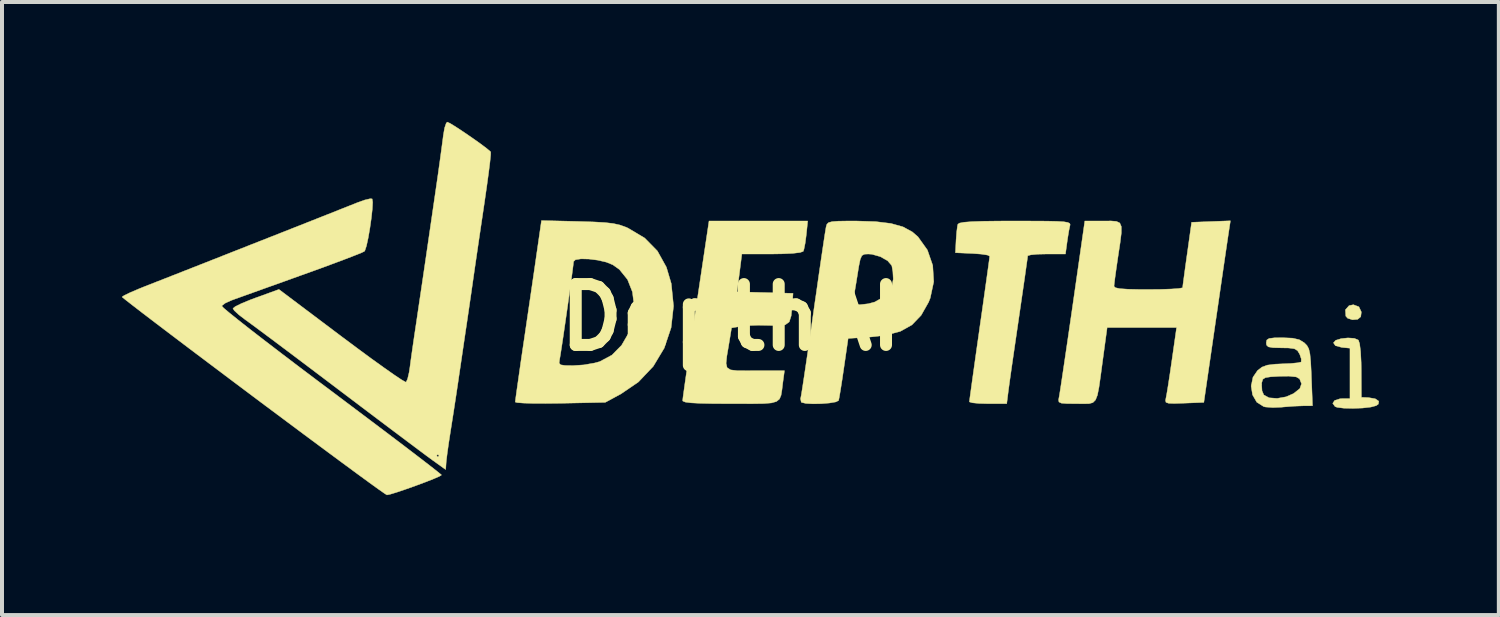
<source format=kicad_pcb>
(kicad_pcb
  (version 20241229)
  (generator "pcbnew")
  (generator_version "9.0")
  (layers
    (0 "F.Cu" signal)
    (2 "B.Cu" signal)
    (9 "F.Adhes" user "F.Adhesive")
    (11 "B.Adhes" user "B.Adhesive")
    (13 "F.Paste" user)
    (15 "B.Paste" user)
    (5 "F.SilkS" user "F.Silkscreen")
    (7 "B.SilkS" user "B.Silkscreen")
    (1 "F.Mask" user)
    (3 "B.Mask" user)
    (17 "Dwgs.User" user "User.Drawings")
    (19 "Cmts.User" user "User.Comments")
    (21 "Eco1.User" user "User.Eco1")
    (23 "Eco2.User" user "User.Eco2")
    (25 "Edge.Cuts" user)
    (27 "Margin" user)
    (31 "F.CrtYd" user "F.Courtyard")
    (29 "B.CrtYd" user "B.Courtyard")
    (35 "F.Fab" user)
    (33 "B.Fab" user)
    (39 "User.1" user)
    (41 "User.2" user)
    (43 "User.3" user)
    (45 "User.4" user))
  (footprint "DepthAI"
    (layer "F.Cu")
    (at 15.242 4.894)
    (property "Reference" "DepthAI" (at 0 0 0) (layer "F.SilkS") (effects (font (size 1.524 1.524) (thickness 0.3))))
    (attr through_hole)
    (fp_poly (pts (xy 15.718 -0.266) (xy 15.779 -0.136) (xy 15.764 -0.016) (xy 15.687 0.048) (xy 15.556 0.059) (xy 15.435 0.02) (xy 15.39 -0.032) (xy 15.38 -0.191) (xy 15.472 -0.295) (xy 15.58 -0.318) (xy 15.718 -0.266)) (stroke (width 0.01) (type solid)) (fill yes) (layer "F.SilkS"))
    (fp_poly (pts (xy 15.604 0.524) (xy 15.706 0.568) (xy 15.736 0.66) (xy 15.76 0.854) (xy 15.774 1.126) (xy 15.777 1.318) (xy 15.78 2) (xy 15.958 2.007) (xy 16.127 2.036) (xy 16.215 2.096) (xy 16.205 2.169) (xy 16.152 2.208) (xy 16.017 2.244) (xy 15.808 2.268) (xy 15.569 2.277) (xy 15.343 2.272) (xy 15.175 2.251) (xy 15.121 2.231) (xy 15.063 2.15) (xy 15.111 2.078) (xy 15.244 2.036) (xy 15.307 2.032) (xy 15.494 2.032) (xy 15.494 0.77) (xy 15.288 0.75) (xy 15.13 0.708) (xy 15.081 0.635) (xy 15.137 0.573) (xy 15.273 0.531) (xy 15.444 0.513) (xy 15.604 0.524)) (stroke (width 0.01) (type solid)) (fill yes) (layer "F.SilkS"))
    (fp_poly (pts (xy 1.887 -2.065) (xy 1.86 -1.86) (xy 1.829 -1.705) (xy 1.811 -1.653) (xy 1.732 -1.625) (xy 1.546 -1.603) (xy 1.273 -1.591) (xy 1.023 -1.587) (xy 0.275 -1.587) (xy 0.215 -1.113) (xy 0.154 -0.639) (xy 0.855 -0.621) (xy 1.556 -0.603) (xy 1.534 -0.286) (xy 1.509 -0.039) (xy 1.461 0.111) (xy 1.361 0.185) (xy 1.184 0.206) (xy 0.958 0.2) (xy 0.689 0.195) (xy 0.433 0.204) (xy 0.263 0.221) (xy 0.017 0.262) (xy -0.055 0.699) (xy -0.101 0.968) (xy -0.12 1.148) (xy -0.095 1.257) (xy -0.007 1.313) (xy 0.161 1.333) (xy 0.429 1.334) (xy 0.607 1.333) (xy 1.341 1.333) (xy 1.3 1.635) (xy 1.278 1.816) (xy 1.256 1.949) (xy 1.216 2.043) (xy 1.142 2.104) (xy 1.016 2.14) (xy 0.82 2.156) (xy 0.538 2.16) (xy 0.152 2.159) (xy -0.004 2.159) (xy -0.446 2.157) (xy -0.773 2.15) (xy -1 2.138) (xy -1.138 2.12) (xy -1.2 2.095) (xy -1.207 2.08) (xy -1.198 2) (xy -1.172 1.81) (xy -1.132 1.524) (xy -1.079 1.157) (xy -1.015 0.724) (xy -0.944 0.24) (xy -0.877 -0.206) (xy -0.547 -2.413) (xy 1.923 -2.413) (xy 1.887 -2.065)) (stroke (width 0.01) (type solid)) (fill yes) (layer "F.SilkS"))
    (fp_poly (pts (xy 7.571 -2.412) (xy 7.916 -2.41) (xy 8.165 -2.404) (xy 8.331 -2.394) (xy 8.431 -2.377) (xy 8.479 -2.354) (xy 8.491 -2.323) (xy 8.487 -2.302) (xy 8.46 -2.174) (xy 8.428 -1.979) (xy 8.415 -1.889) (xy 8.374 -1.587) (xy 7.902 -1.587) (xy 7.675 -1.582) (xy 7.508 -1.566) (xy 7.43 -1.544) (xy 7.429 -1.54) (xy 7.42 -1.466) (xy 7.394 -1.285) (xy 7.356 -1.013) (xy 7.306 -0.669) (xy 7.248 -0.271) (xy 7.204 0.032) (xy 7.139 0.476) (xy 7.078 0.895) (xy 7.024 1.267) (xy 6.981 1.57) (xy 6.952 1.783) (xy 6.942 1.857) (xy 6.904 2.159) (xy 6.436 2.159) (xy 6.211 2.153) (xy 6.046 2.137) (xy 5.971 2.115) (xy 5.969 2.111) (xy 5.978 2.038) (xy 6.003 1.856) (xy 6.041 1.581) (xy 6.09 1.23) (xy 6.148 0.818) (xy 6.213 0.363) (xy 6.223 0.288) (xy 6.289 -0.172) (xy 6.348 -0.592) (xy 6.399 -0.954) (xy 6.439 -1.242) (xy 6.466 -1.44) (xy 6.477 -1.531) (xy 6.477 -1.534) (xy 6.419 -1.561) (xy 6.267 -1.584) (xy 6.053 -1.6) (xy 6.048 -1.6) (xy 5.62 -1.619) (xy 5.636 -1.937) (xy 5.651 -2.137) (xy 5.671 -2.29) (xy 5.682 -2.334) (xy 5.724 -2.361) (xy 5.835 -2.382) (xy 6.027 -2.397) (xy 6.312 -2.407) (xy 6.703 -2.412) (xy 7.114 -2.413) (xy 7.571 -2.412)) (stroke (width 0.01) (type solid)) (fill yes) (layer "F.SilkS"))
    (fp_poly (pts (xy 14.057 0.519) (xy 14.226 0.558) (xy 14.35 0.634) (xy 14.353 0.637) (xy 14.418 0.703) (xy 14.463 0.786) (xy 14.492 0.911) (xy 14.511 1.104) (xy 14.526 1.392) (xy 14.529 1.488) (xy 14.557 2.211) (xy 14.311 2.213) (xy 14.083 2.222) (xy 13.83 2.242) (xy 13.78 2.247) (xy 13.565 2.256) (xy 13.378 2.242) (xy 13.336 2.232) (xy 13.162 2.122) (xy 13.056 1.938) (xy 13.021 1.717) (xy 13.031 1.671) (xy 13.283 1.671) (xy 13.293 1.835) (xy 13.338 1.941) (xy 13.471 2.012) (xy 13.671 2.027) (xy 13.896 1.987) (xy 14.081 1.906) (xy 14.239 1.782) (xy 14.282 1.66) (xy 14.233 1.537) (xy 14.149 1.489) (xy 13.966 1.47) (xy 13.742 1.473) (xy 13.511 1.486) (xy 13.378 1.507) (xy 13.314 1.548) (xy 13.289 1.623) (xy 13.283 1.671) (xy 13.031 1.671) (xy 13.067 1.496) (xy 13.181 1.329) (xy 13.293 1.243) (xy 13.426 1.194) (xy 13.62 1.17) (xy 13.792 1.162) (xy 14.018 1.152) (xy 14.19 1.135) (xy 14.272 1.116) (xy 14.273 1.115) (xy 14.276 1.038) (xy 14.236 0.921) (xy 14.182 0.832) (xy 14.103 0.784) (xy 13.961 0.765) (xy 13.781 0.762) (xy 13.568 0.757) (xy 13.452 0.737) (xy 13.406 0.692) (xy 13.399 0.635) (xy 13.412 0.566) (xy 13.47 0.527) (xy 13.602 0.511) (xy 13.802 0.508) (xy 14.057 0.519)) (stroke (width 0.01) (type solid)) (fill yes) (layer "F.SilkS"))
    (fp_poly (pts (xy -3.815 -2.402) (xy -3.434 -2.39) (xy -3.153 -2.374) (xy -2.945 -2.35) (xy -2.782 -2.314) (xy -2.638 -2.263) (xy -2.572 -2.234) (xy -2.156 -1.986) (xy -1.839 -1.663) (xy -1.614 -1.258) (xy -1.492 -0.847) (xy -1.435 -0.285) (xy -1.496 0.258) (xy -1.667 0.766) (xy -1.942 1.224) (xy -2.314 1.616) (xy -2.746 1.911) (xy -3.143 2.126) (xy -4.27 2.149) (xy -4.633 2.153) (xy -4.947 2.152) (xy -5.192 2.144) (xy -5.349 2.132) (xy -5.397 2.118) (xy -5.388 2.042) (xy -5.363 1.859) (xy -5.324 1.586) (xy -5.275 1.241) (xy -5.261 1.143) (xy -4.298 1.143) (xy -4.261 1.186) (xy -4.152 1.203) (xy -3.95 1.206) (xy -3.68 1.188) (xy -3.406 1.14) (xy -3.283 1.106) (xy -2.978 0.943) (xy -2.736 0.698) (xy -2.56 0.395) (xy -2.454 0.056) (xy -2.421 -0.296) (xy -2.464 -0.638) (xy -2.586 -0.947) (xy -2.79 -1.2) (xy -2.953 -1.316) (xy -3.12 -1.384) (xy -3.332 -1.433) (xy -3.553 -1.461) (xy -3.75 -1.466) (xy -3.889 -1.444) (xy -3.937 -1.398) (xy -3.946 -1.311) (xy -3.97 -1.124) (xy -4.005 -0.86) (xy -4.049 -0.544) (xy -4.098 -0.201) (xy -4.148 0.145) (xy -4.195 0.468) (xy -4.237 0.746) (xy -4.269 0.951) (xy -4.288 1.062) (xy -4.288 1.064) (xy -4.298 1.143) (xy -5.261 1.143) (xy -5.217 0.842) (xy -5.172 0.54) (xy -5.102 0.063) (xy -5.031 -0.42) (xy -4.964 -0.878) (xy -4.905 -1.282) (xy -4.859 -1.603) (xy -4.844 -1.704) (xy -4.74 -2.424) (xy -3.815 -2.402)) (stroke (width 0.01) (type solid)) (fill yes) (layer "F.SilkS"))
    (fp_poly (pts (xy 12.47 -2.209) (xy 12.453 -2.097) (xy 12.42 -1.875) (xy 12.374 -1.562) (xy 12.317 -1.173) (xy 12.252 -0.725) (xy 12.181 -0.235) (xy 12.137 0.064) (xy 11.837 2.127) (xy 11.346 2.146) (xy 11.1 2.154) (xy 10.956 2.149) (xy 10.89 2.126) (xy 10.878 2.076) (xy 10.889 2.019) (xy 10.911 1.902) (xy 10.946 1.689) (xy 10.989 1.409) (xy 11.035 1.091) (xy 11.039 1.064) (xy 11.155 0.254) (xy 9.417 0.254) (xy 9.307 1.064) (xy 9.254 1.459) (xy 9.213 1.747) (xy 9.174 1.944) (xy 9.126 2.066) (xy 9.06 2.132) (xy 8.965 2.158) (xy 8.831 2.161) (xy 8.654 2.159) (xy 8.412 2.157) (xy 8.273 2.146) (xy 8.211 2.117) (xy 8.201 2.064) (xy 8.21 2.016) (xy 8.227 1.921) (xy 8.259 1.716) (xy 8.304 1.416) (xy 8.36 1.038) (xy 8.425 0.597) (xy 8.496 0.109) (xy 8.551 -0.27) (xy 8.858 -2.413) (xy 9.319 -2.413) (xy 9.515 -2.414) (xy 9.651 -2.403) (xy 9.734 -2.363) (xy 9.772 -2.273) (xy 9.772 -2.115) (xy 9.742 -1.871) (xy 9.689 -1.521) (xy 9.684 -1.487) (xy 9.644 -1.212) (xy 9.612 -0.981) (xy 9.593 -0.824) (xy 9.589 -0.778) (xy 9.623 -0.744) (xy 9.733 -0.72) (xy 9.936 -0.706) (xy 10.243 -0.699) (xy 10.446 -0.699) (xy 10.759 -0.702) (xy 11.022 -0.711) (xy 11.21 -0.724) (xy 11.301 -0.741) (xy 11.306 -0.746) (xy 11.315 -0.824) (xy 11.339 -1.002) (xy 11.373 -1.254) (xy 11.415 -1.555) (xy 11.42 -1.587) (xy 11.531 -2.381) (xy 12.017 -2.4) (xy 12.502 -2.418) (xy 12.47 -2.209)) (stroke (width 0.01) (type solid)) (fill yes) (layer "F.SilkS"))
    (fp_poly (pts (xy 3.622 -2.398) (xy 4.007 -2.351) (xy 4.307 -2.267) (xy 4.541 -2.14) (xy 4.682 -2.018) (xy 4.919 -1.686) (xy 5.052 -1.302) (xy 5.077 -0.893) (xy 4.99 -0.486) (xy 4.948 -0.381) (xy 4.762 -0.053) (xy 4.532 0.187) (xy 4.239 0.35) (xy 3.861 0.449) (xy 3.493 0.49) (xy 2.935 0.526) (xy 2.828 1.263) (xy 2.784 1.56) (xy 2.744 1.815) (xy 2.713 1.998) (xy 2.696 2.08) (xy 2.627 2.115) (xy 2.47 2.142) (xy 2.267 2.159) (xy 2.056 2.163) (xy 1.877 2.153) (xy 1.77 2.127) (xy 1.761 2.121) (xy 1.743 2.035) (xy 1.749 2.01) (xy 1.764 1.931) (xy 1.794 1.742) (xy 1.837 1.459) (xy 1.891 1.096) (xy 1.954 0.67) (xy 2.022 0.195) (xy 2.063 -0.095) (xy 2.102 -0.37) (xy 3.061 -0.37) (xy 3.119 -0.324) (xy 3.229 -0.318) (xy 3.439 -0.342) (xy 3.599 -0.385) (xy 3.867 -0.536) (xy 4.022 -0.742) (xy 4.064 -0.958) (xy 4.054 -1.144) (xy 4.029 -1.287) (xy 4.025 -1.299) (xy 3.922 -1.419) (xy 3.741 -1.521) (xy 3.529 -1.581) (xy 3.438 -1.587) (xy 3.341 -1.582) (xy 3.279 -1.547) (xy 3.238 -1.456) (xy 3.202 -1.282) (xy 3.177 -1.127) (xy 3.136 -0.872) (xy 3.098 -0.645) (xy 3.071 -0.493) (xy 3.071 -0.492) (xy 3.061 -0.37) (xy 2.102 -0.37) (xy 2.135 -0.594) (xy 2.201 -1.058) (xy 2.261 -1.47) (xy 2.312 -1.813) (xy 2.351 -2.073) (xy 2.377 -2.231) (xy 2.384 -2.27) (xy 2.403 -2.332) (xy 2.445 -2.373) (xy 2.532 -2.397) (xy 2.686 -2.409) (xy 2.93 -2.413) (xy 3.133 -2.413) (xy 3.622 -2.398)) (stroke (width 0.01) (type solid)) (fill yes) (layer "F.SilkS"))
    (fp_poly (pts (xy -8.978 -2.966) (xy -8.965 -2.885) (xy -8.974 -2.713) (xy -8.999 -2.484) (xy -9.035 -2.232) (xy -9.077 -1.99) (xy -9.12 -1.792) (xy -9.16 -1.671) (xy -9.173 -1.653) (xy -9.249 -1.617) (xy -9.429 -1.545) (xy -9.694 -1.443) (xy -10.029 -1.318) (xy -10.416 -1.176) (xy -10.765 -1.051) (xy -11.192 -0.897) (xy -11.59 -0.755) (xy -11.941 -0.629) (xy -12.225 -0.527) (xy -12.423 -0.456) (xy -12.504 -0.426) (xy -12.653 -0.359) (xy -12.737 -0.294) (xy -12.741 -0.285) (xy -12.696 -0.236) (xy -12.557 -0.119) (xy -12.335 0.06) (xy -12.039 0.293) (xy -11.677 0.573) (xy -11.259 0.893) (xy -10.795 1.246) (xy -10.293 1.624) (xy -10.003 1.841) (xy -9.484 2.231) (xy -8.996 2.598) (xy -8.549 2.935) (xy -8.153 3.235) (xy -7.817 3.492) (xy -7.549 3.698) (xy -7.36 3.846) (xy -7.258 3.929) (xy -7.242 3.944) (xy -7.296 3.978) (xy -7.442 4.041) (xy -7.65 4.123) (xy -7.892 4.213) (xy -8.137 4.3) (xy -8.358 4.375) (xy -8.526 4.426) (xy -8.608 4.443) (xy -8.668 4.406) (xy -8.821 4.299) (xy -9.058 4.128) (xy -9.37 3.9) (xy -9.749 3.621) (xy -10.187 3.297) (xy -10.674 2.936) (xy -11.202 2.542) (xy -11.763 2.124) (xy -11.951 1.983) (xy -12.519 1.557) (xy -13.056 1.153) (xy -13.553 0.779) (xy -14.002 0.439) (xy -14.395 0.141) (xy -14.723 -0.109) (xy -14.977 -0.305) (xy -15.15 -0.44) (xy -15.232 -0.507) (xy -15.237 -0.513) (xy -15.183 -0.55) (xy -15.036 -0.621) (xy -14.819 -0.714) (xy -14.653 -0.781) (xy -14.18 -0.966) (xy -13.666 -1.168) (xy -13.124 -1.381) (xy -12.569 -1.6) (xy -12.014 -1.819) (xy -11.475 -2.031) (xy -10.966 -2.232) (xy -10.5 -2.416) (xy -10.093 -2.577) (xy -9.758 -2.71) (xy -9.511 -2.808) (xy -9.365 -2.866) (xy -9.351 -2.872) (xy -9.163 -2.939) (xy -9.026 -2.971) (xy -8.978 -2.966)) (stroke (width 0.01) (type solid)) (fill yes) (layer "F.SilkS"))
    (fp_poly (pts (xy -7.024 -4.855) (xy -6.877 -4.764) (xy -6.684 -4.637) (xy -6.474 -4.493) (xy -6.275 -4.352) (xy -6.115 -4.232) (xy -6.022 -4.154) (xy -6.011 -4.14) (xy -6.012 -4.066) (xy -6.03 -3.887) (xy -6.063 -3.623) (xy -6.108 -3.293) (xy -6.162 -2.918) (xy -6.166 -2.889) (xy -6.231 -2.451) (xy -6.298 -1.999) (xy -6.361 -1.569) (xy -6.415 -1.2) (xy -6.446 -0.984) (xy -6.499 -0.614) (xy -6.558 -0.209) (xy -6.613 0.166) (xy -6.636 0.318) (xy -6.687 0.663) (xy -6.746 1.065) (xy -6.804 1.456) (xy -6.823 1.587) (xy -6.878 1.955) (xy -6.94 2.361) (xy -6.999 2.736) (xy -7.018 2.857) (xy -7.062 3.141) (xy -7.098 3.395) (xy -7.121 3.581) (xy -7.126 3.635) (xy -7.134 3.761) (xy -7.139 3.807) (xy -7.189 3.772) (xy -7.314 3.682) (xy -7.472 3.569) (xy -7.596 3.478) (xy -7.619 3.461) (xy -7.366 3.461) (xy -7.334 3.493) (xy -7.303 3.461) (xy -7.334 3.429) (xy -7.366 3.461) (xy -7.619 3.461) (xy -7.807 3.321) (xy -8.094 3.106) (xy -8.442 2.845) (xy -8.838 2.547) (xy -9.27 2.221) (xy -9.724 1.878) (xy -9.814 1.81) (xy -10.27 1.465) (xy -10.706 1.136) (xy -11.109 0.833) (xy -11.466 0.565) (xy -11.764 0.343) (xy -11.99 0.176) (xy -12.13 0.073) (xy -12.147 0.062) (xy -12.314 -0.066) (xy -12.428 -0.171) (xy -12.462 -0.224) (xy -12.405 -0.271) (xy -12.254 -0.346) (xy -12.035 -0.437) (xy -11.885 -0.493) (xy -11.311 -0.701) (xy -9.747 0.476) (xy -9.358 0.766) (xy -9.001 1.029) (xy -8.688 1.254) (xy -8.433 1.433) (xy -8.248 1.557) (xy -8.145 1.616) (xy -8.13 1.62) (xy -8.092 1.543) (xy -8.054 1.382) (xy -8.034 1.254) (xy -8.008 1.058) (xy -7.968 0.775) (xy -7.92 0.445) (xy -7.872 0.127) (xy -7.809 -0.301) (xy -7.73 -0.832) (xy -7.64 -1.444) (xy -7.542 -2.115) (xy -7.439 -2.823) (xy -7.334 -3.546) (xy -7.328 -3.588) (xy -7.284 -3.903) (xy -7.242 -4.213) (xy -7.208 -4.468) (xy -7.197 -4.556) (xy -7.165 -4.742) (xy -7.124 -4.863) (xy -7.097 -4.889) (xy -7.024 -4.855)) (stroke (width 0.01) (type solid)) (fill yes) (layer "F.SilkS")))
  (gr_rect
    (start -3 -3)
    (end 34.462 12.343)
    (stroke (width 0.1) (type default))
    (fill no)
    (layer "Edge.Cuts")))
</source>
